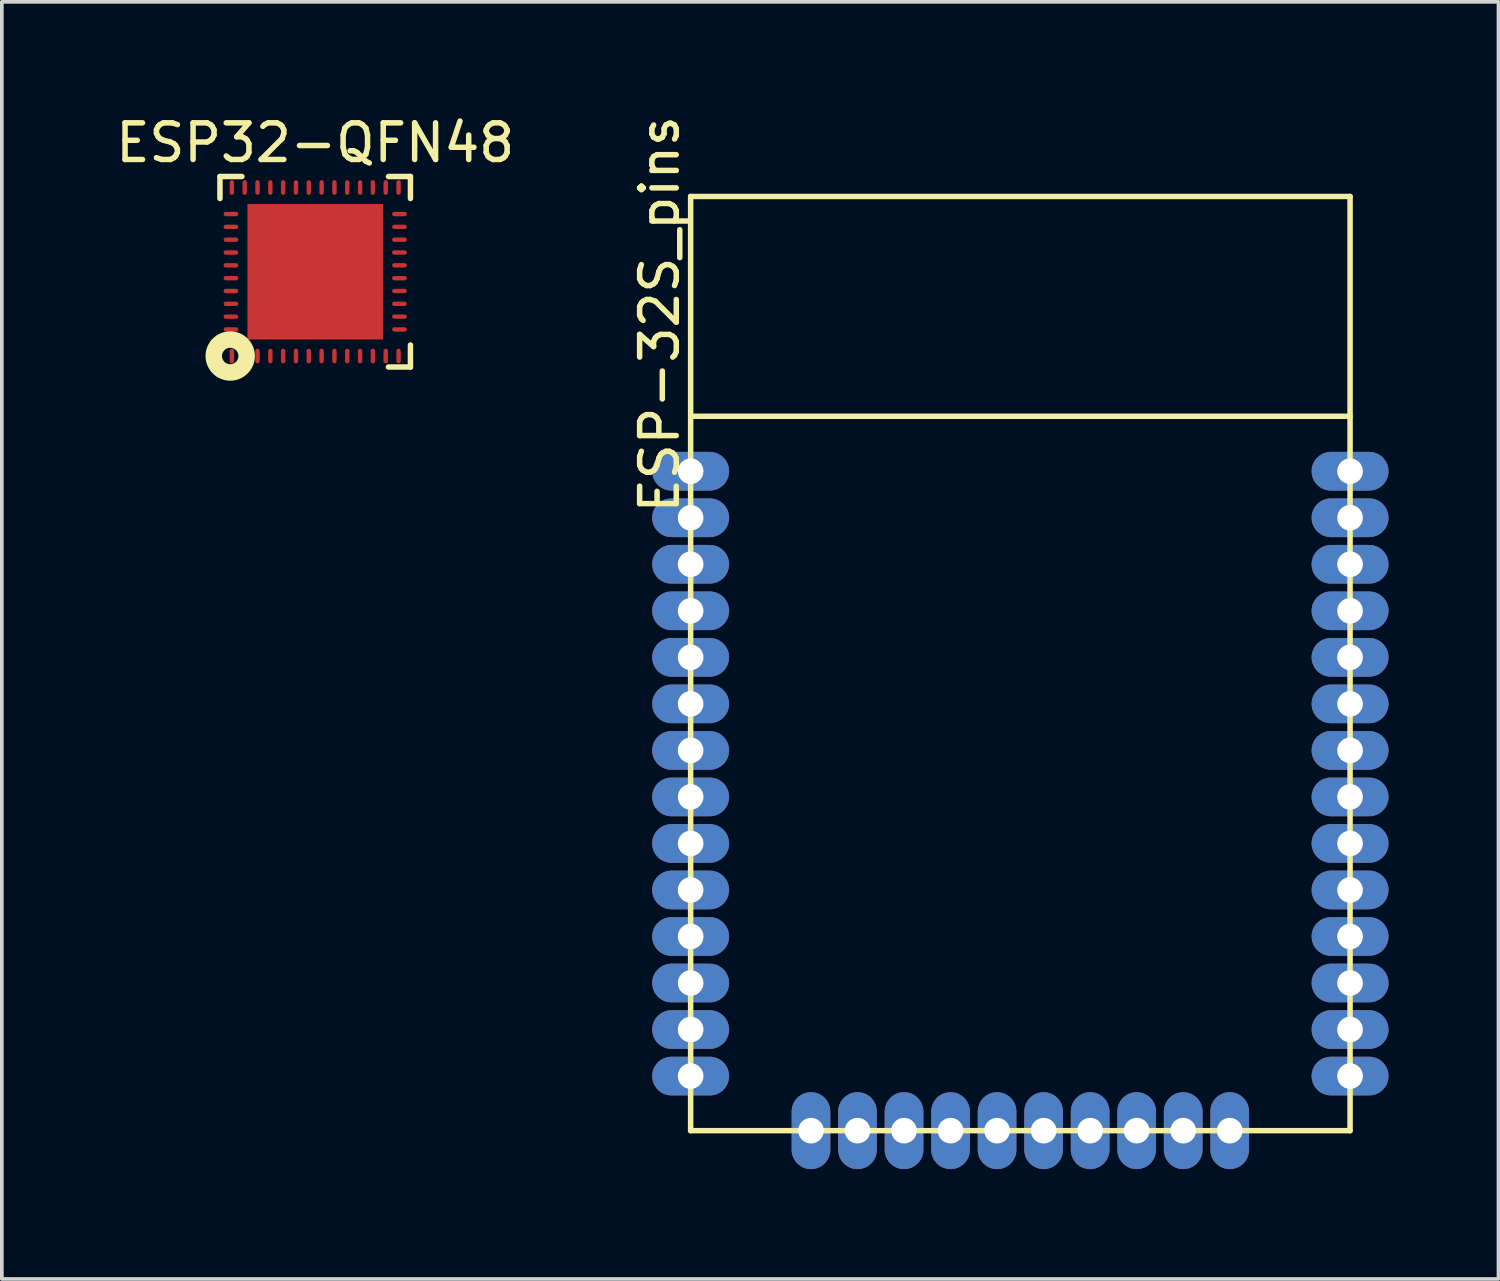
<source format=kicad_pcb>
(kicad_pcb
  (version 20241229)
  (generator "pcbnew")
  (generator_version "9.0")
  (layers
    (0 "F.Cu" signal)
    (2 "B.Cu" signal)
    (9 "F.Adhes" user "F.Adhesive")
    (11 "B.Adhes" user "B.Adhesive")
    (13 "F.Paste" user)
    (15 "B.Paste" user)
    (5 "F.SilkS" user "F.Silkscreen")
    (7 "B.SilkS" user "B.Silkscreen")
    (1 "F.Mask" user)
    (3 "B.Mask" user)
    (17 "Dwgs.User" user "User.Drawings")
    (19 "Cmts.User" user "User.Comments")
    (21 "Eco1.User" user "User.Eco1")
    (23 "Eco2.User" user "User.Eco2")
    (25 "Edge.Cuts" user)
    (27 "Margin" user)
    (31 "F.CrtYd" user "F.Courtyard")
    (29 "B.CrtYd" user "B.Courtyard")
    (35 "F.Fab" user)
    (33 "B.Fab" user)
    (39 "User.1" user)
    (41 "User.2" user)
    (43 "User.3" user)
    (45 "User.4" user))
  (footprint "ESP32-QFN48"
    (layer "F.Cu")
    (at 5.554 4.368)
    (property "Reference" "ESP32-QFN48" (at 0 -3.52 0) (layer "F.SilkS") (effects (font (size 1 1) (thickness 0.15))))
    (attr through_hole)
    (fp_line (start -2.6 -2.6) (end -2.6 -2) (stroke (width 0.15) (type solid)) (layer "F.SilkS"))
    (fp_line (start -2 -2.6) (end -2.6 -2.6) (stroke (width 0.15) (type solid)) (layer "F.SilkS"))
    (fp_line (start 2 -2.6) (end 2.6 -2.6) (stroke (width 0.15) (type solid)) (layer "F.SilkS"))
    (fp_line (start 2.6 -2) (end 2.6 -2.6) (stroke (width 0.15) (type solid)) (layer "F.SilkS"))
    (fp_line (start 2.6 2) (end 2.6 2.6) (stroke (width 0.15) (type solid)) (layer "F.SilkS"))
    (fp_line (start 2.6 2.6) (end 2 2.6) (stroke (width 0.15) (type solid)) (layer "F.SilkS"))
    (fp_circle (center -2.32 2.3) (end -2.42 2.1) (stroke (width 0.45) (type solid)) (fill no) (layer "F.SilkS"))
    (pad "1" smd oval (at -2.275 2.3) (size 0.12 0.4) (layers "F.Cu" "F.Mask" "F.Paste"))
    (pad "2" smd oval (at -1.925 2.3) (size 0.12 0.4) (layers "F.Cu" "F.Mask" "F.Paste"))
    (pad "3" smd oval (at -1.575 2.3) (size 0.12 0.4) (layers "F.Cu" "F.Mask" "F.Paste"))
    (pad "4" smd oval (at -1.225 2.3) (size 0.12 0.4) (layers "F.Cu" "F.Mask" "F.Paste"))
    (pad "5" smd oval (at -0.875 2.3) (size 0.12 0.4) (layers "F.Cu" "F.Mask" "F.Paste"))
    (pad "6" smd oval (at -0.525 2.3) (size 0.12 0.4) (layers "F.Cu" "F.Mask" "F.Paste"))
    (pad "7" smd oval (at -0.175 2.3) (size 0.12 0.4) (layers "F.Cu" "F.Mask" "F.Paste"))
    (pad "8" smd oval (at 0.175 2.3) (size 0.12 0.4) (layers "F.Cu" "F.Mask" "F.Paste"))
    (pad "9" smd oval (at 0.525 2.3) (size 0.12 0.4) (layers "F.Cu" "F.Mask" "F.Paste"))
    (pad "10" smd oval (at 0.875 2.3) (size 0.12 0.4) (layers "F.Cu" "F.Mask" "F.Paste"))
    (pad "11" smd oval (at 1.225 2.3) (size 0.12 0.4) (layers "F.Cu" "F.Mask" "F.Paste"))
    (pad "12" smd oval (at 1.575 2.3) (size 0.12 0.4) (layers "F.Cu" "F.Mask" "F.Paste"))
    (pad "13" smd oval (at 1.925 2.3) (size 0.12 0.4) (layers "F.Cu" "F.Mask" "F.Paste"))
    (pad "14" smd oval (at 2.275 2.3) (size 0.12 0.4) (layers "F.Cu" "F.Mask" "F.Paste"))
    (pad "15" smd oval (at 2.3 1.575) (size 0.4 0.12) (layers "F.Cu" "F.Mask" "F.Paste"))
    (pad "16" smd oval (at 2.3 1.225) (size 0.4 0.12) (layers "F.Cu" "F.Mask" "F.Paste"))
    (pad "17" smd oval (at 2.3 0.875) (size 0.4 0.12) (layers "F.Cu" "F.Mask" "F.Paste"))
    (pad "18" smd oval (at 2.3 0.525) (size 0.4 0.12) (layers "F.Cu" "F.Mask" "F.Paste"))
    (pad "19" smd oval (at 2.3 0.175) (size 0.4 0.12) (layers "F.Cu" "F.Mask" "F.Paste"))
    (pad "20" smd oval (at 2.3 -0.175) (size 0.4 0.12) (layers "F.Cu" "F.Mask" "F.Paste"))
    (pad "21" smd oval (at 2.3 -0.525) (size 0.4 0.12) (layers "F.Cu" "F.Mask" "F.Paste"))
    (pad "22" smd oval (at 2.3 -0.875) (size 0.4 0.12) (layers "F.Cu" "F.Mask" "F.Paste"))
    (pad "23" smd oval (at 2.3 -1.225) (size 0.4 0.12) (layers "F.Cu" "F.Mask" "F.Paste"))
    (pad "24" smd oval (at 2.3 -1.575) (size 0.4 0.12) (layers "F.Cu" "F.Mask" "F.Paste"))
    (pad "25" smd oval (at 2.275 -2.3) (size 0.12 0.4) (layers "F.Cu" "F.Mask" "F.Paste"))
    (pad "26" smd oval (at 1.925 -2.3) (size 0.12 0.4) (layers "F.Cu" "F.Mask" "F.Paste"))
    (pad "27" smd oval (at 1.575 -2.3) (size 0.12 0.4) (layers "F.Cu" "F.Mask" "F.Paste"))
    (pad "28" smd oval (at 1.225 -2.3) (size 0.12 0.4) (layers "F.Cu" "F.Mask" "F.Paste"))
    (pad "29" smd oval (at 0.875 -2.3) (size 0.12 0.4) (layers "F.Cu" "F.Mask" "F.Paste"))
    (pad "30" smd oval (at 0.525 -2.3) (size 0.12 0.4) (layers "F.Cu" "F.Mask" "F.Paste"))
    (pad "31" smd oval (at 0.175 -2.3) (size 0.12 0.4) (layers "F.Cu" "F.Mask" "F.Paste"))
    (pad "32" smd oval (at -0.175 -2.3) (size 0.12 0.4) (layers "F.Cu" "F.Mask" "F.Paste"))
    (pad "33" smd oval (at -0.525 -2.3) (size 0.12 0.4) (layers "F.Cu" "F.Mask" "F.Paste"))
    (pad "34" smd oval (at -0.875 -2.3) (size 0.12 0.4) (layers "F.Cu" "F.Mask" "F.Paste"))
    (pad "35" smd oval (at -1.225 -2.3) (size 0.12 0.4) (layers "F.Cu" "F.Mask" "F.Paste"))
    (pad "36" smd oval (at -1.575 -2.3) (size 0.12 0.4) (layers "F.Cu" "F.Mask" "F.Paste"))
    (pad "37" smd oval (at -1.925 -2.3) (size 0.12 0.4) (layers "F.Cu" "F.Mask" "F.Paste"))
    (pad "38" smd oval (at -2.275 -2.3) (size 0.12 0.4) (layers "F.Cu" "F.Mask" "F.Paste"))
    (pad "39" smd oval (at -2.3 -1.575) (size 0.4 0.12) (layers "F.Cu" "F.Mask" "F.Paste"))
    (pad "40" smd oval (at -2.3 -1.225) (size 0.4 0.12) (layers "F.Cu" "F.Mask" "F.Paste"))
    (pad "41" smd oval (at -2.3 -0.875) (size 0.4 0.12) (layers "F.Cu" "F.Mask" "F.Paste"))
    (pad "42" smd oval (at -2.3 -0.525) (size 0.4 0.12) (layers "F.Cu" "F.Mask" "F.Paste"))
    (pad "43" smd oval (at -2.3 -0.175) (size 0.4 0.12) (layers "F.Cu" "F.Mask" "F.Paste"))
    (pad "44" smd oval (at -2.3 0.175) (size 0.4 0.12) (layers "F.Cu" "F.Mask" "F.Paste"))
    (pad "45" smd oval (at -2.3 0.525) (size 0.4 0.12) (layers "F.Cu" "F.Mask" "F.Paste"))
    (pad "46" smd oval (at -2.3 0.875) (size 0.4 0.12) (layers "F.Cu" "F.Mask" "F.Paste"))
    (pad "47" smd oval (at -2.3 1.225) (size 0.4 0.12) (layers "F.Cu" "F.Mask" "F.Paste"))
    (pad "48" smd oval (at -2.3 1.575) (size 0.4 0.12) (layers "F.Cu" "F.Mask" "F.Paste"))
    (pad "49" smd rect (at 0 0) (size 3.7 3.7) (layers "F.Cu" "F.Mask" "F.Paste")))
  (footprint "ESP-32S_pins"
    (layer "F.Cu")
    (at 24.855 19.33)
    (property "Reference" "ESP-32S_pins" (at -9.9 -13.8 270) (layer "F.SilkS") (effects (font (size 1 1) (thickness 0.15))))
    (attr through_hole)
    (fp_line (start -9.053 -17.017) (end -9.053 8.483) (stroke (width 0.15) (type solid)) (layer "F.SilkS"))
    (fp_line (start 8.947 -17.017) (end -9.053 -17.017) (stroke (width 0.15) (type solid)) (layer "F.SilkS"))
    (fp_line (start 8.947 -17.017) (end 8.947 8.483) (stroke (width 0.15) (type solid)) (layer "F.SilkS"))
    (fp_line (start 8.947 -11.017) (end -9.053 -11.017) (stroke (width 0.15) (type solid)) (layer "F.SilkS"))
    (fp_line (start 8.947 8.483) (end -9.053 8.483) (stroke (width 0.15) (type solid)) (layer "F.SilkS"))
    (pad "2" thru_hole oval (at -9.053 -8.247 180) (size 2.1 1.056) (drill 0.7) (layers "*.Cu" "*.Mask"))
    (pad "3" thru_hole oval (at -9.053 -6.977 180) (size 2.1 1.056) (drill 0.7) (layers "*.Cu" "*.Mask"))
    (pad "4" thru_hole oval (at -9.053 -5.707 180) (size 2.1 1.056) (drill 0.7) (layers "*.Cu" "*.Mask"))
    (pad "5" thru_hole oval (at -9.053 -4.437 180) (size 2.1 1.056) (drill 0.7) (layers "*.Cu" "*.Mask"))
    (pad "6" thru_hole oval (at -9.053 -3.167 180) (size 2.1 1.056) (drill 0.7) (layers "*.Cu" "*.Mask"))
    (pad "7" thru_hole oval (at -9.053 -1.897 180) (size 2.1 1.056) (drill 0.7) (layers "*.Cu" "*.Mask"))
    (pad "8" thru_hole oval (at -9.053 -0.627 180) (size 2.1 1.056) (drill 0.7) (layers "*.Cu" "*.Mask"))
    (pad "9" thru_hole oval (at -9.053 0.643 180) (size 2.1 1.056) (drill 0.7) (layers "*.Cu" "*.Mask"))
    (pad "10" thru_hole oval (at -9.053 1.913 180) (size 2.1 1.056) (drill 0.7) (layers "*.Cu" "*.Mask"))
    (pad "11" thru_hole oval (at -9.053 3.183 180) (size 2.1 1.056) (drill 0.7) (layers "*.Cu" "*.Mask"))
    (pad "12" thru_hole oval (at -9.053 4.453 180) (size 2.1 1.056) (drill 0.7) (layers "*.Cu" "*.Mask"))
    (pad "13" thru_hole oval (at -9.053 5.723 180) (size 2.1 1.056) (drill 0.7) (layers "*.Cu" "*.Mask"))
    (pad "14" thru_hole oval (at -9.053 6.993 180) (size 2.1 1.056) (drill 0.7) (layers "*.Cu" "*.Mask"))
    (pad "15" thru_hole oval (at -5.768 8.483 90) (size 2.1 1.056) (drill 0.7) (layers "*.Cu" "*.Mask"))
    (pad "16" thru_hole oval (at -4.498 8.483 90) (size 2.1 1.056) (drill 0.7) (layers "*.Cu" "*.Mask"))
    (pad "17" thru_hole oval (at -3.228 8.483 90) (size 2.1 1.056) (drill 0.7) (layers "*.Cu" "*.Mask"))
    (pad "18" thru_hole oval (at -1.958 8.483 90) (size 2.1 1.056) (drill 0.7) (layers "*.Cu" "*.Mask"))
    (pad "19" thru_hole oval (at -0.688 8.483 90) (size 2.1 1.056) (drill 0.7) (layers "*.Cu" "*.Mask"))
    (pad "20" thru_hole oval (at 0.582 8.483 90) (size 2.1 1.056) (drill 0.7) (layers "*.Cu" "*.Mask"))
    (pad "21" thru_hole oval (at 1.852 8.483 90) (size 2.1 1.056) (drill 0.7) (layers "*.Cu" "*.Mask"))
    (pad "22" thru_hole oval (at 3.122 8.483 90) (size 2.1 1.056) (drill 0.7) (layers "*.Cu" "*.Mask"))
    (pad "23" thru_hole oval (at 4.392 8.483 90) (size 2.1 1.056) (drill 0.7) (layers "*.Cu" "*.Mask"))
    (pad "24" thru_hole oval (at 5.662 8.483 90) (size 2.1 1.056) (drill 0.7) (layers "*.Cu" "*.Mask"))
    (pad "25" thru_hole oval (at 8.947 6.993 180) (size 2.1 1.056) (drill 0.7) (layers "*.Cu" "*.Mask"))
    (pad "26" thru_hole oval (at 8.947 5.723 180) (size 2.1 1.056) (drill 0.7) (layers "*.Cu" "*.Mask"))
    (pad "27" thru_hole oval (at 8.947 4.453 180) (size 2.1 1.056) (drill 0.7) (layers "*.Cu" "*.Mask"))
    (pad "28" thru_hole oval (at 8.947 3.183 180) (size 2.1 1.056) (drill 0.7) (layers "*.Cu" "*.Mask"))
    (pad "29" thru_hole oval (at 8.947 1.913 180) (size 2.1 1.056) (drill 0.7) (layers "*.Cu" "*.Mask"))
    (pad "30" thru_hole oval (at 8.947 0.643 180) (size 2.1 1.056) (drill 0.7) (layers "*.Cu" "*.Mask"))
    (pad "31" thru_hole oval (at 8.947 -0.627 180) (size 2.1 1.056) (drill 0.7) (layers "*.Cu" "*.Mask"))
    (pad "32" thru_hole oval (at 8.947 -1.897 180) (size 2.1 1.056) (drill 0.7) (layers "*.Cu" "*.Mask"))
    (pad "33" thru_hole oval (at 8.947 -3.167 180) (size 2.1 1.056) (drill 0.7) (layers "*.Cu" "*.Mask"))
    (pad "34" thru_hole oval (at 8.947 -4.437 180) (size 2.1 1.056) (drill 0.7) (layers "*.Cu" "*.Mask"))
    (pad "35" thru_hole oval (at 8.947 -5.707 180) (size 2.1 1.056) (drill 0.7) (layers "*.Cu" "*.Mask"))
    (pad "36" thru_hole oval (at 8.947 -6.977 180) (size 2.1 1.056) (drill 0.7) (layers "*.Cu" "*.Mask"))
    (pad "37" thru_hole oval (at 8.947 -8.247 180) (size 2.1 1.056) (drill 0.7) (layers "*.Cu" "*.Mask"))
    (pad "38" thru_hole oval (at -9.053 -9.517 180) (size 2.1 1.056) (drill 0.7) (layers "*.Cu" "*.Mask"))
    (pad "38" thru_hole oval (at 8.947 -9.517 180) (size 2.1 1.056) (drill 0.7) (layers "*.Cu" "*.Mask")))
  (gr_rect
    (start -3 -3)
    (end 37.853 31.862)
    (stroke (width 0.1) (type default))
    (fill no)
    (layer "Edge.Cuts")))
</source>
